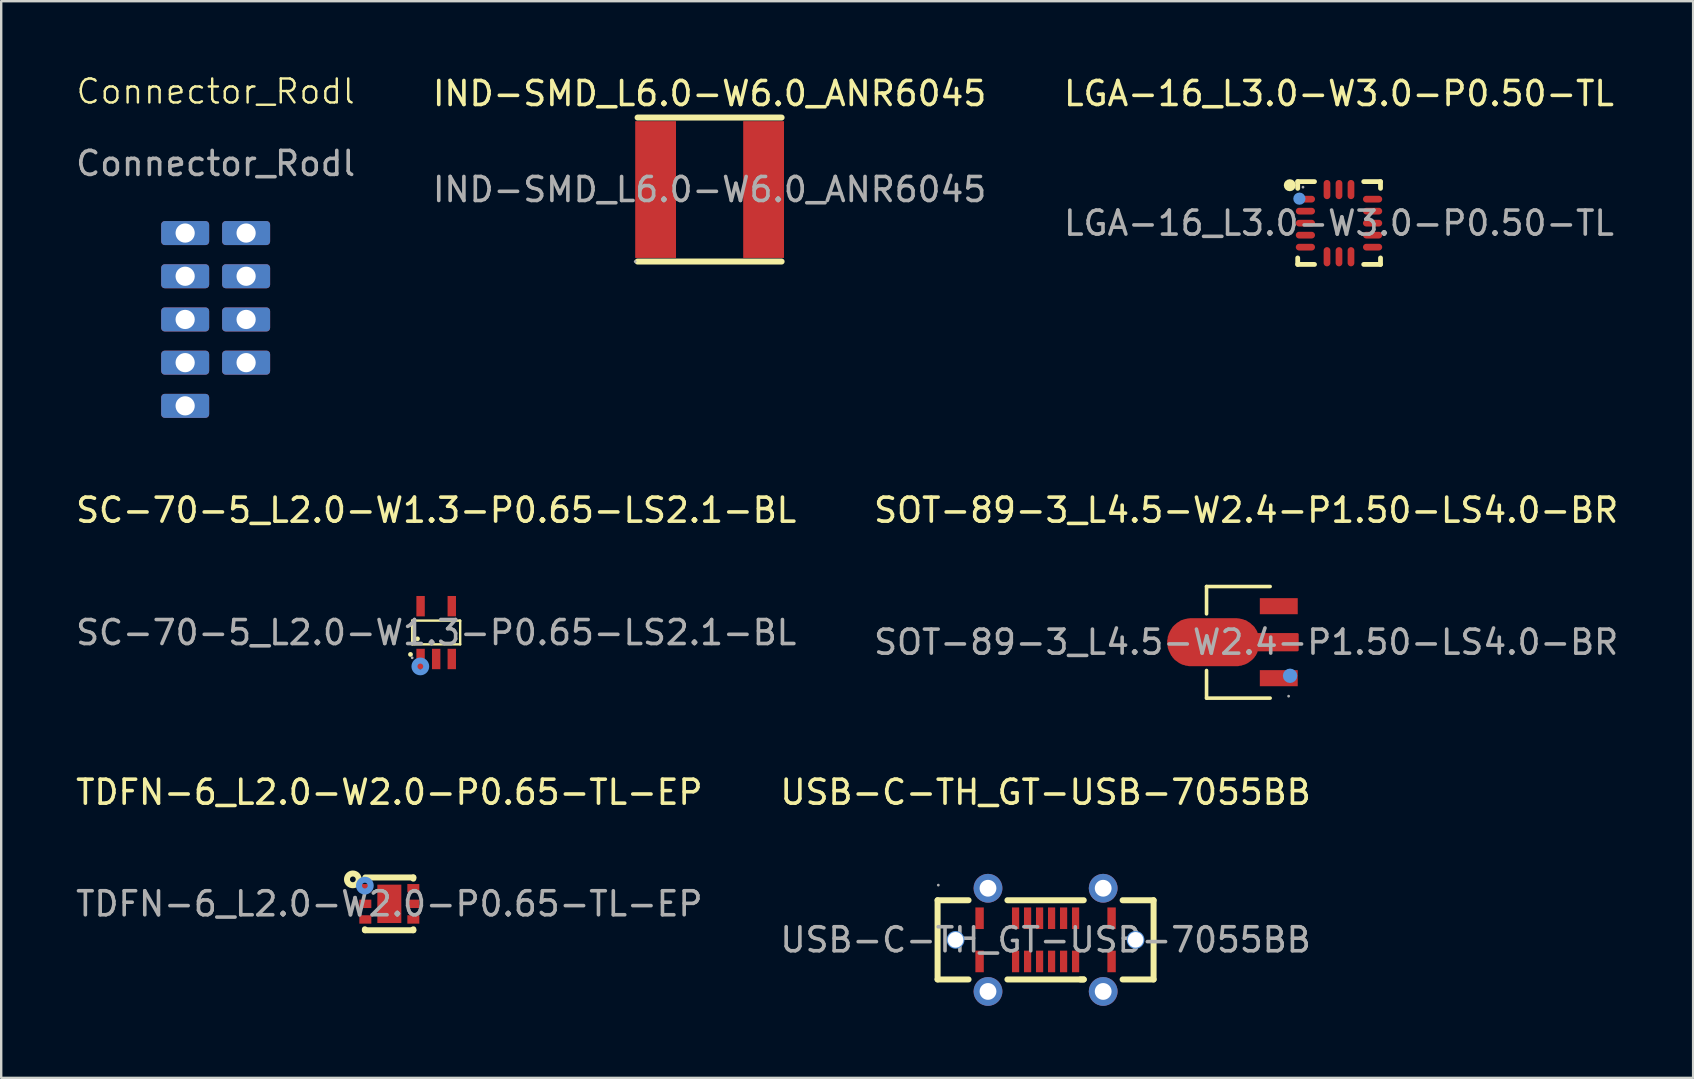
<source format=kicad_pcb>
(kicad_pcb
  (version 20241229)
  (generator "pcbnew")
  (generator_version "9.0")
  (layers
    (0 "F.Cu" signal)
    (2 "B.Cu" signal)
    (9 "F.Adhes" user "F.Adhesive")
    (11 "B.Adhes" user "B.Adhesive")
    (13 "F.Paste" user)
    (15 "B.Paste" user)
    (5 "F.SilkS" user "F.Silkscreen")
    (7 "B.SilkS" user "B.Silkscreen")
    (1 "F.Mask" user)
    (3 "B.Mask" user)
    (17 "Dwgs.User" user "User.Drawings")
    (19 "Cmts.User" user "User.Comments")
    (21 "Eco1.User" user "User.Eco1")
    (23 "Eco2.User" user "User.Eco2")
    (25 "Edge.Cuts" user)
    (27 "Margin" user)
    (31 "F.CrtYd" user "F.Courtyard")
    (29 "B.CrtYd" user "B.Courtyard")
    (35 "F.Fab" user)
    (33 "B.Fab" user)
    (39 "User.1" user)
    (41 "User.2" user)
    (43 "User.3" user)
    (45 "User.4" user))
  (footprint "USB-C-TH_GT-USB-7055BB"
    (layer "F.Cu")
    (at 40.518 36.112)
    (property "Reference" "USB-C-TH_GT-USB-7055BB" (at 0 -6.15 0) (layer "F.SilkS") (effects (font (size 1 1) (thickness 0.15))))
    (attr through_hole)
    (fp_line (start -4.5 -1.65) (end -3.21 -1.65) (stroke (width 0.25) (type solid)) (layer "F.SilkS"))
    (fp_line (start -4.5 1.65) (end -4.5 -1.65) (stroke (width 0.25) (type solid)) (layer "F.SilkS"))
    (fp_line (start -3.21 1.65) (end -4.5 1.65) (stroke (width 0.25) (type solid)) (layer "F.SilkS"))
    (fp_line (start -1.59 -1.65) (end 1.59 -1.65) (stroke (width 0.25) (type solid)) (layer "F.SilkS"))
    (fp_line (start 1.59 1.65) (end -1.59 1.65) (stroke (width 0.25) (type solid)) (layer "F.SilkS"))
    (fp_line (start 1.59 1.65) (end 1.45 1.65) (stroke (width 0.25) (type solid)) (layer "F.SilkS"))
    (fp_line (start 3.21 -1.65) (end 4.5 -1.65) (stroke (width 0.25) (type solid)) (layer "F.SilkS"))
    (fp_line (start 4.5 -1.65) (end 4.5 1.65) (stroke (width 0.25) (type solid)) (layer "F.SilkS"))
    (fp_line (start 4.5 1.65) (end 3.21 1.65) (stroke (width 0.25) (type solid)) (layer "F.SilkS"))
    (fp_circle (center -3.75 0) (end -3.63 0) (stroke (width 0.25) (type solid)) (fill no) (layer "Cmts.User"))
    (fp_circle (center 3.75 0) (end 3.87 0) (stroke (width 0.25) (type solid)) (fill no) (layer "Cmts.User"))
    (fp_circle (center -4.47 -2.28) (end -4.44 -2.28) (stroke (width 0.06) (type solid)) (fill no) (layer "F.Fab"))
    (fp_text user "${REFERENCE}" (at 0 0 0) (layer "F.Fab") (effects (font (size 1 1) (thickness 0.15))))
    (pad "" thru_hole circle (at -3.75 0) (size 0.65 0.65) (drill 0.65) (layers "*.Cu" "*.Mask"))
    (pad "" thru_hole circle (at 3.75 0) (size 0.65 0.65) (drill 0.65) (layers "*.Cu" "*.Mask"))
    (pad "17" thru_hole circle (at -2.4 -2.15) (size 1.2 1.2) (drill 0.7) (layers "*.Cu" "*.Mask"))
    (pad "17" thru_hole circle (at -2.4 2.15) (size 1.2 1.2) (drill 0.7) (layers "*.Cu" "*.Mask"))
    (pad "17" thru_hole circle (at 2.4 -2.15) (size 1.2 1.2) (drill 0.7) (layers "*.Cu" "*.Mask"))
    (pad "17" thru_hole circle (at 2.4 2.15) (size 1.2 1.2) (drill 0.7) (layers "*.Cu" "*.Mask"))
    (pad "A1" smd rect (at -2.75 -0.9) (size 0.35 0.9) (layers "F.Cu" "F.Mask" "F.Paste"))
    (pad "A4" smd rect (at -1.25 -0.9) (size 0.3 0.9) (layers "F.Cu" "F.Mask" "F.Paste"))
    (pad "A5" smd rect (at -0.75 -0.9) (size 0.3 0.9) (layers "F.Cu" "F.Mask" "F.Paste"))
    (pad "A6" smd rect (at -0.25 -0.9) (size 0.3 0.9) (layers "F.Cu" "F.Mask" "F.Paste"))
    (pad "A7" smd rect (at 0.25 -0.9) (size 0.3 0.9) (layers "F.Cu" "F.Mask" "F.Paste"))
    (pad "A8" smd rect (at 0.75 -0.9) (size 0.3 0.9) (layers "F.Cu" "F.Mask" "F.Paste"))
    (pad "A9" smd rect (at 1.25 -0.9) (size 0.3 0.9) (layers "F.Cu" "F.Mask" "F.Paste"))
    (pad "A12" smd rect (at 2.75 -0.9) (size 0.35 0.9) (layers "F.Cu" "F.Mask" "F.Paste"))
    (pad "B1" smd rect (at 2.75 0.9) (size 0.35 0.9) (layers "F.Cu" "F.Mask" "F.Paste"))
    (pad "B4" smd rect (at 1.25 0.9) (size 0.3 0.9) (layers "F.Cu" "F.Mask" "F.Paste"))
    (pad "B5" smd rect (at 0.75 0.9) (size 0.3 0.9) (layers "F.Cu" "F.Mask" "F.Paste"))
    (pad "B6" smd rect (at 0.25 0.9) (size 0.3 0.9) (layers "F.Cu" "F.Mask" "F.Paste"))
    (pad "B7" smd rect (at -0.25 0.9) (size 0.3 0.9) (layers "F.Cu" "F.Mask" "F.Paste"))
    (pad "B8" smd rect (at -0.75 0.9) (size 0.3 0.9) (layers "F.Cu" "F.Mask" "F.Paste"))
    (pad "B9" smd rect (at -1.25 0.9) (size 0.3 0.9) (layers "F.Cu" "F.Mask" "F.Paste"))
    (pad "B12" smd rect (at -2.75 0.9) (size 0.35 0.9) (layers "F.Cu" "F.Mask" "F.Paste")))
  (footprint "SC-70-5_L2.0-W1.3-P0.65-LS2.1-BL"
    (layer "F.Cu")
    (at 15.125 23.309)
    (property "Reference" "SC-70-5_L2.0-W1.3-P0.65-LS2.1-BL" (at 0 -5.1 0) (layer "F.SilkS") (effects (font (size 1 1) (thickness 0.15))))
    (attr smd)
    (fp_line (start -1 -0.5) (end -1 0.49) (stroke (width 0.1) (type solid)) (layer "F.SilkS"))
    (fp_line (start -1 0.49) (end 1 0.49) (stroke (width 0.1) (type solid)) (layer "F.SilkS"))
    (fp_line (start 0.99 -0.5) (end -1 -0.5) (stroke (width 0.1) (type solid)) (layer "F.SilkS"))
    (fp_line (start 1 -0.49) (end 0.99 -0.5) (stroke (width 0.1) (type solid)) (layer "F.SilkS"))
    (fp_line (start 1 0.49) (end 1 -0.49) (stroke (width 0.1) (type solid)) (layer "F.SilkS"))
    (fp_circle (center -1.07 0.91) (end -1.02 0.91) (stroke (width 0.1) (type solid)) (fill no) (layer "F.SilkS"))
    (fp_circle (center -0.78 0.26) (end -0.73 0.26) (stroke (width 0.1) (type solid)) (fill no) (layer "F.SilkS"))
    (fp_circle (center -0.66 1.41) (end -0.54 1.41) (stroke (width 0.25) (type solid)) (fill no) (layer "Cmts.User"))
    (fp_circle (center -1 1.05) (end -0.97 1.05) (stroke (width 0.06) (type solid)) (fill no) (layer "F.Fab"))
    (fp_text user "${REFERENCE}" (at 0 0 0) (layer "F.Fab") (effects (font (size 1 1) (thickness 0.15))))
    (pad "1" smd rect (at -0.65 1.1) (size 0.35 0.85) (layers "F.Cu" "F.Mask" "F.Paste"))
    (pad "2" smd rect (at 0 1.1) (size 0.35 0.85) (layers "F.Cu" "F.Mask" "F.Paste"))
    (pad "3" smd rect (at 0.65 1.1) (size 0.35 0.85) (layers "F.Cu" "F.Mask" "F.Paste"))
    (pad "4" smd rect (at 0.65 -1.1) (size 0.35 0.85) (layers "F.Cu" "F.Mask" "F.Paste"))
    (pad "5" smd rect (at -0.65 -1.1) (size 0.35 0.85) (layers "F.Cu" "F.Mask" "F.Paste")))
  (footprint "TDFN-6_L2.0-W2.0-P0.65-TL-EP"
    (layer "F.Cu")
    (at 13.173 34.612)
    (property "Reference" "TDFN-6_L2.0-W2.0-P0.65-TL-EP" (at 0 -4.65 0) (layer "F.SilkS") (effects (font (size 1 1) (thickness 0.15))))
    (attr smd)
    (fp_line (start -1.02 1.06) (end -1.02 1.1) (stroke (width 0.25) (type solid)) (layer "F.SilkS"))
    (fp_line (start -1 -1.1) (end 1 -1.1) (stroke (width 0.25) (type solid)) (layer "F.SilkS"))
    (fp_line (start -1 1.1) (end 1 1.1) (stroke (width 0.25) (type solid)) (layer "F.SilkS"))
    (fp_line (start 1 -1.1) (end 1 -1.05) (stroke (width 0.25) (type solid)) (layer "F.SilkS"))
    (fp_line (start 1 1.06) (end 1 1.1) (stroke (width 0.25) (type solid)) (layer "F.SilkS"))
    (fp_circle (center -1.52 -1.02) (end -1.4 -1.02) (stroke (width 0.25) (type solid)) (fill no) (layer "F.SilkS"))
    (fp_circle (center -1.02 -0.76) (end -0.9 -0.76) (stroke (width 0.25) (type solid)) (fill no) (layer "Cmts.User"))
    (fp_circle (center -1 -1) (end -0.97 -1) (stroke (width 0.06) (type solid)) (fill no) (layer "F.Fab"))
    (fp_text user "${REFERENCE}" (at 0 0 0) (layer "F.Fab") (effects (font (size 1 1) (thickness 0.15))))
    (pad "1" smd rect (at -1 -0.65 90) (size 0.35 0.5) (layers "F.Cu" "F.Mask" "F.Paste"))
    (pad "2" smd rect (at -1 0 90) (size 0.35 0.5) (layers "F.Cu" "F.Mask" "F.Paste"))
    (pad "3" smd rect (at -1 0.65 90) (size 0.35 0.5) (layers "F.Cu" "F.Mask" "F.Paste"))
    (pad "4" smd rect (at 1 0.65 90) (size 0.35 0.5) (layers "F.Cu" "F.Mask" "F.Paste"))
    (pad "5" smd rect (at 1 0 90) (size 0.35 0.5) (layers "F.Cu" "F.Mask" "F.Paste"))
    (pad "6" smd rect (at 1 -0.65 90) (size 0.35 0.5) (layers "F.Cu" "F.Mask" "F.Paste"))
    (pad "7" smd rect (at 0 0 180) (size 1 1.6) (layers "F.Cu" "F.Mask" "F.Paste")))
  (footprint "LGA-16_L3.0-W3.0-P0.50-TL"
    (layer "F.Cu")
    (at 52.744 6.248)
    (property "Reference" "LGA-16_L3.0-W3.0-P0.50-TL" (at 0 -5.4 0) (layer "F.SilkS") (effects (font (size 1 1) (thickness 0.15))))
    (attr smd)
    (fp_line (start -1.72 -1.73) (end -1.02 -1.73) (stroke (width 0.2) (type solid)) (layer "F.SilkS"))
    (fp_line (start -1.72 -1.45) (end -1.72 -1.73) (stroke (width 0.2) (type solid)) (layer "F.SilkS"))
    (fp_line (start -1.72 1.45) (end -1.72 1.72) (stroke (width 0.2) (type solid)) (layer "F.SilkS"))
    (fp_line (start -1.72 1.72) (end -1.02 1.72) (stroke (width 0.2) (type solid)) (layer "F.SilkS"))
    (fp_line (start 1.03 -1.73) (end 1.73 -1.73) (stroke (width 0.2) (type solid)) (layer "F.SilkS"))
    (fp_line (start 1.03 1.72) (end 1.73 1.72) (stroke (width 0.2) (type solid)) (layer "F.SilkS"))
    (fp_line (start 1.73 -1.73) (end 1.73 -1.45) (stroke (width 0.2) (type solid)) (layer "F.SilkS"))
    (fp_line (start 1.73 1.72) (end 1.73 1.45) (stroke (width 0.2) (type solid)) (layer "F.SilkS"))
    (fp_arc (start -2.05 -1.58) (mid -2.05 -1.58) (end -2.05 -1.58) (stroke (width 0.25) (type solid)) (layer "F.SilkS"))
    (fp_circle (center -1.65 -1.02) (end -1.52 -1.02) (stroke (width 0.25) (type solid)) (fill no) (layer "Cmts.User"))
    (fp_circle (center -1.5 -1.5) (end -1.47 -1.5) (stroke (width 0.06) (type solid)) (fill no) (layer "F.Fab"))
    (fp_text user "${REFERENCE}" (at 0 0 0) (layer "F.Fab") (effects (font (size 1 1) (thickness 0.15))))
    (pad "1" smd oval (at -1.4 -1) (size 0.8 0.28) (layers "F.Cu" "F.Mask" "F.Paste"))
    (pad "2" smd oval (at -1.4 -0.5) (size 0.8 0.28) (layers "F.Cu" "F.Mask" "F.Paste"))
    (pad "3" smd oval (at -1.4 0) (size 0.8 0.28) (layers "F.Cu" "F.Mask" "F.Paste"))
    (pad "4" smd oval (at -1.4 0.5) (size 0.8 0.28) (layers "F.Cu" "F.Mask" "F.Paste"))
    (pad "5" smd oval (at -1.4 1) (size 0.8 0.28) (layers "F.Cu" "F.Mask" "F.Paste"))
    (pad "6" smd oval (at -0.5 1.4) (size 0.28 0.8) (layers "F.Cu" "F.Mask" "F.Paste"))
    (pad "7" smd oval (at 0 1.4) (size 0.28 0.8) (layers "F.Cu" "F.Mask" "F.Paste"))
    (pad "8" smd oval (at 0.5 1.4) (size 0.28 0.8) (layers "F.Cu" "F.Mask" "F.Paste"))
    (pad "9" smd oval (at 1.4 1) (size 0.8 0.28) (layers "F.Cu" "F.Mask" "F.Paste"))
    (pad "10" smd oval (at 1.4 0.5) (size 0.8 0.28) (layers "F.Cu" "F.Mask" "F.Paste"))
    (pad "11" smd oval (at 1.4 0) (size 0.8 0.28) (layers "F.Cu" "F.Mask" "F.Paste"))
    (pad "12" smd oval (at 1.4 -0.5) (size 0.8 0.28) (layers "F.Cu" "F.Mask" "F.Paste"))
    (pad "13" smd oval (at 1.4 -1) (size 0.8 0.28) (layers "F.Cu" "F.Mask" "F.Paste"))
    (pad "14" smd oval (at 0.5 -1.4) (size 0.28 0.8) (layers "F.Cu" "F.Mask" "F.Paste"))
    (pad "15" smd oval (at 0 -1.4) (size 0.28 0.8) (layers "F.Cu" "F.Mask" "F.Paste"))
    (pad "16" smd oval (at -0.5 -1.4) (size 0.28 0.8) (layers "F.Cu" "F.Mask" "F.Paste")))
  (footprint "Connector_Rodl"
    (layer "F.Cu")
    (at 5.935 10.261)
    (property "Reference" "Connector_Rodl" (at 0 -9.5 0) (unlocked yes) (layer "F.SilkS") (effects (font (size 1 1) (thickness 0.1))))
    (attr through_hole)
    (fp_text user "${REFERENCE}" (at 0 -6.5 0) (unlocked yes) (layer "F.Fab") (effects (font (size 1 1) (thickness 0.15))))
    (pad "1" thru_hole roundrect (at -1.27 -3.6) (size 2 1) (drill 0.8) (layers "*.Cu" "*.Mask") (roundrect_rratio 0.15))
    (pad "2" thru_hole roundrect (at 1.27 -3.6) (size 2 1) (drill 0.8) (layers "*.Cu" "*.Mask") (roundrect_rratio 0.15))
    (pad "3" thru_hole roundrect (at -1.27 -1.8) (size 2 1) (drill 0.8) (layers "*.Cu" "*.Mask") (roundrect_rratio 0.15))
    (pad "4" thru_hole roundrect (at 1.27 -1.8) (size 2 1) (drill 0.8) (layers "*.Cu" "*.Mask") (roundrect_rratio 0.15))
    (pad "5" thru_hole roundrect (at -1.27 0) (size 2 1) (drill 0.8) (layers "*.Cu" "*.Mask") (roundrect_rratio 0.15))
    (pad "6" thru_hole roundrect (at 1.27 0) (size 2 1) (drill 0.8) (layers "*.Cu" "*.Mask") (roundrect_rratio 0.15))
    (pad "7" thru_hole roundrect (at -1.27 1.8) (size 2 1) (drill 0.8) (layers "*.Cu" "*.Mask") (roundrect_rratio 0.15))
    (pad "8" thru_hole roundrect (at 1.27 1.8) (size 2 1) (drill 0.8) (layers "*.Cu" "*.Mask") (roundrect_rratio 0.15))
    (pad "9" thru_hole roundrect (at -1.27 3.6) (size 2 1) (drill 0.8) (layers "*.Cu" "*.Mask") (roundrect_rratio 0.15)))
  (footprint "SOT-89-3_L4.5-W2.4-P1.50-LS4.0-BR"
    (layer "F.Cu")
    (at 48.875 23.709)
    (property "Reference" "SOT-89-3_L4.5-W2.4-P1.50-LS4.0-BR" (at 0 -5.5 0) (layer "F.SilkS") (effects (font (size 1 1) (thickness 0.15))))
    (attr through_hole)
    (fp_line (start -1.65 -2.32) (end -1.65 -1.18) (stroke (width 0.15) (type solid)) (layer "F.SilkS"))
    (fp_line (start -1.65 2.33) (end -1.65 1.18) (stroke (width 0.15) (type solid)) (layer "F.SilkS"))
    (fp_line (start 1 -2.32) (end -1.65 -2.32) (stroke (width 0.15) (type solid)) (layer "F.SilkS"))
    (fp_line (start 1 2.33) (end -1.65 2.33) (stroke (width 0.15) (type solid)) (layer "F.SilkS"))
    (fp_circle (center 1.83 1.4) (end 1.98 1.4) (stroke (width 0.3) (type solid)) (fill no) (layer "Cmts.User"))
    (fp_circle (center 1.77 2.25) (end 1.8 2.25) (stroke (width 0.06) (type solid)) (fill no) (layer "F.Fab"))
    (fp_text user "${REFERENCE}" (at 0 0 0) (layer "F.Fab") (effects (font (size 1 1) (thickness 0.15))))
    (pad "1" smd rect (at 1.36 1.5) (size 1.58 0.67) (layers "F.Cu" "F.Mask" "F.Paste"))
    (pad "2" smd custom (at -1.36 0) (size 0.01 0.01) (layers "F.Cu" "F.Mask" "F.Paste") (options (anchor circle)) (primitives (gr_poly (pts (xy -0.93 -0.95) (xy 0.93 -0.95) (xy 0.97 -0.95) (xy 1.02 -0.94) (xy 1.06 -0.94) (xy 1.1 -0.93) (xy 1.15 -0.92) (xy 1.19 -0.91) (xy 1.23 -0.9) (xy 1.27 -0.88) (xy 1.32 -0.87) (xy 1.36 -0.85) (xy 1.4 -0.82) (xy 1.43 -0.8) (xy 1.47 -0.78) (xy 1.51 -0.75) (xy 1.54 -0.72) (xy 1.57 -0.69) (xy 1.61 -0.66) (xy 1.64 -0.63) (xy 1.67 -0.6) (xy 1.69 -0.56) (xy 1.72 -0.52) (xy 1.74 -0.49) (xy 1.76 -0.45) (xy 1.78 -0.41) (xy 1.8 -0.33) (xy 3.5 -0.33) (xy 3.5 0.33) (xy 1.8 0.33) (xy 1.78 0.41) (xy 1.76 0.45) (xy 1.74 0.49) (xy 1.72 0.53) (xy 1.69 0.56) (xy 1.67 0.6) (xy 1.64 0.63) (xy 1.61 0.67) (xy 1.57 0.7) (xy 1.54 0.73) (xy 1.51 0.75) (xy 1.47 0.78) (xy 1.43 0.81) (xy 1.4 0.83) (xy 1.36 0.85) (xy 1.32 0.87) (xy 1.27 0.89) (xy 1.23 0.9) (xy 1.19 0.91) (xy 1.15 0.93) (xy 1.1 0.93) (xy 1.06 0.94) (xy 1.02 0.95) (xy 0.97 0.95) (xy 0.93 0.95) (xy -0.93 0.95) (xy -0.97 0.95) (xy -1.02 0.95) (xy -1.06 0.94) (xy -1.1 0.93) (xy -1.15 0.93) (xy -1.19 0.91) (xy -1.23 0.9) (xy -1.28 0.89) (xy -1.32 0.87) (xy -1.36 0.85) (xy -1.4 0.83) (xy -1.43 0.81) (xy -1.47 0.78) (xy -1.51 0.75) (xy -1.54 0.73) (xy -1.58 0.7) (xy -1.61 0.67) (xy -1.64 0.63) (xy -1.67 0.6) (xy -1.69 0.56) (xy -1.72 0.53) (xy -1.74 0.49) (xy -1.76 0.45) (xy -1.78 0.41) (xy -1.8 0.37) (xy -1.82 0.33) (xy -1.83 0.29) (xy -1.85 0.24) (xy -1.86 0.2) (xy -1.86 0.16) (xy -1.87 0.11) (xy -1.88 0.07) (xy -1.88 0.02) (xy -1.88 -0.02) (xy -1.88 -0.07) (xy -1.87 -0.11) (xy -1.86 -0.15) (xy -1.86 -0.2) (xy -1.85 -0.24) (xy -1.83 -0.28) (xy -1.82 -0.33) (xy -1.8 -0.37) (xy -1.78 -0.41) (xy -1.76 -0.45) (xy -1.74 -0.49) (xy -1.72 -0.52) (xy -1.69 -0.56) (xy -1.67 -0.6) (xy -1.64 -0.63) (xy -1.61 -0.66) (xy -1.58 -0.69) (xy -1.54 -0.72) (xy -1.51 -0.75) (xy -1.47 -0.78) (xy -1.43 -0.8) (xy -1.4 -0.82) (xy -1.36 -0.85) (xy -1.32 -0.87) (xy -1.28 -0.88) (xy -1.23 -0.9) (xy -1.19 -0.91) (xy -1.15 -0.92) (xy -1.1 -0.93) (xy -1.06 -0.94) (xy -1.02 -0.94) (xy -0.97 -0.95) (xy -0.93 -0.95)) (width 0.1) (fill yes))))
    (pad "3" smd rect (at 1.36 -1.5) (size 1.58 0.67) (layers "F.Cu" "F.Mask" "F.Paste")))
  (footprint "IND-SMD_L6.0-W6.0_ANR6045"
    (layer "F.Cu")
    (at 26.518 4.848)
    (property "Reference" "IND-SMD_L6.0-W6.0_ANR6045" (at 0 -4 0) (layer "F.SilkS") (effects (font (size 1 1) (thickness 0.15))))
    (attr smd)
    (fp_line (start -3 -3) (end 3 -3) (stroke (width 0.25) (type solid)) (layer "F.SilkS"))
    (fp_line (start 3 3) (end -3 3) (stroke (width 0.25) (type solid)) (layer "F.SilkS"))
    (fp_circle (center -3.1 3) (end -3.07 3) (stroke (width 0.06) (type solid)) (fill no) (layer "F.Fab"))
    (fp_text user "${REFERENCE}" (at 0 0 0) (layer "F.Fab") (effects (font (size 1 1) (thickness 0.15))))
    (pad "1" smd rect (at -2.25 0) (size 1.7 5.7) (layers "F.Cu" "F.Mask" "F.Paste"))
    (pad "2" smd rect (at 2.25 0) (size 1.7 5.7) (layers "F.Cu" "F.Mask" "F.Paste")))
  (gr_rect
    (start -3 -3)
    (end 67.5 41.862)
    (stroke (width 0.1) (type default))
    (fill no)
    (layer "Edge.Cuts")))
</source>
